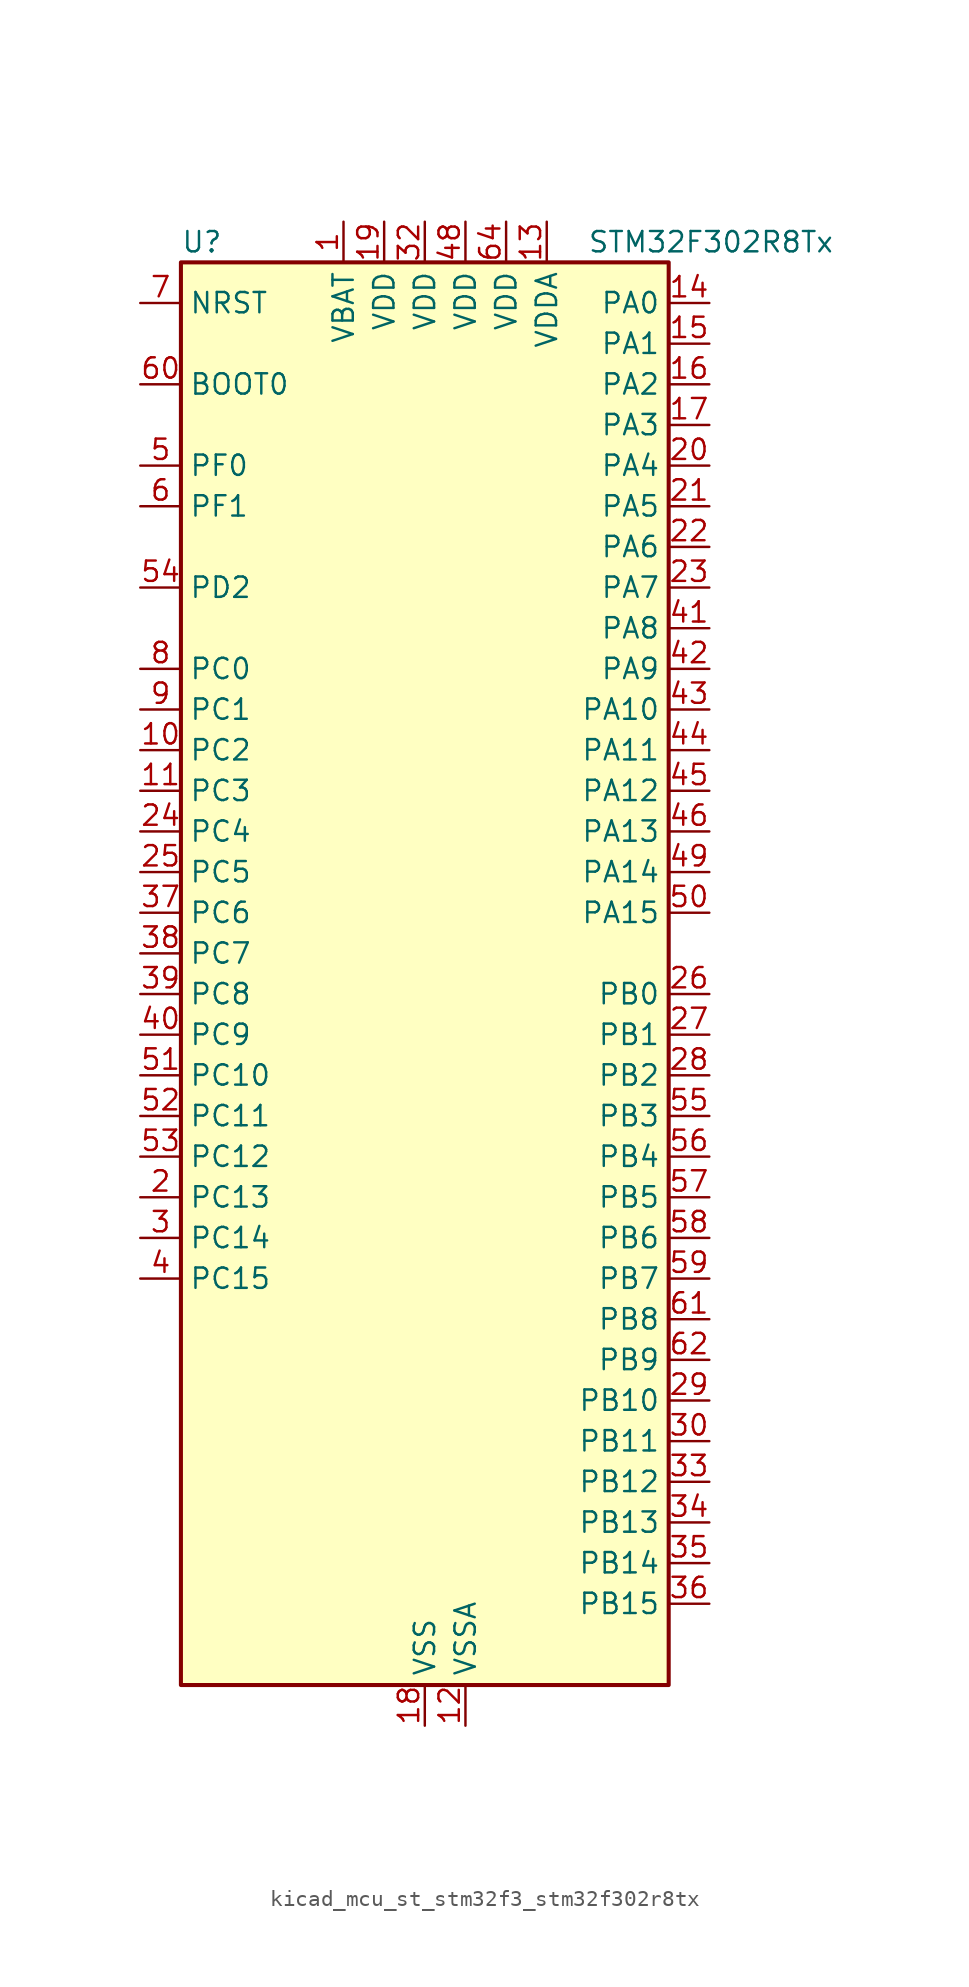
<source format=kicad_sym>
(kicad_symbol_lib
  (version 20220914)
  (generator kicad_symbol_editor)
  (symbol "kicad_mcu_st_stm32f3_stm32f302r8tx"
    (property "Reference" "U"
      (at -15.24 46.99 0)
      (effects (font (size 1.27 1.27)) (justify left)))
    (property "Value" "STM32F302R8Tx"
      (at 10.16 46.99 0)
      (effects (font (size 1.27 1.27)) (justify left)))
    (property "ki_locked" ""
      (at 0 0 0)
      (effects (font (size 1.27 1.27))))
    (symbol "kicad_mcu_st_stm32f3_stm32f302r8tx_0_1"
      (rectangle (start -15.24 -43.18) (end 15.24 45.72) (stroke (width 0.254) (type default)) (fill (type background))))
    (symbol "kicad_mcu_st_stm32f3_stm32f302r8tx_1_1"
      (pin power_in line (at -5.08 48.26 270) (length 2.54) (name "VBAT" (effects (font (size 1.27 1.27)))) (number "1" (effects (font (size 1.27 1.27)))))
      (pin bidirectional line (at -17.78 15.24 0) (length 2.54) (name "PC2" (effects (font (size 1.27 1.27)))) (number "10" (effects (font (size 1.27 1.27)))) (alternate "ADC1_IN8" bidirectional line) (alternate "TIM1_CH3" bidirectional line))
      (pin bidirectional line (at -17.78 12.7 0) (length 2.54) (name "PC3" (effects (font (size 1.27 1.27)))) (number "11" (effects (font (size 1.27 1.27)))) (alternate "ADC1_IN9" bidirectional line) (alternate "TIM1_BKIN2" bidirectional line) (alternate "TIM1_CH4" bidirectional line))
      (pin power_in line (at 2.54 -45.72 90) (length 2.54) (name "VSSA" (effects (font (size 1.27 1.27)))) (number "12" (effects (font (size 1.27 1.27)))))
      (pin power_in line (at 7.62 48.26 270) (length 2.54) (name "VDDA" (effects (font (size 1.27 1.27)))) (number "13" (effects (font (size 1.27 1.27)))))
      (pin bidirectional line (at 17.78 43.18 180) (length 2.54) (name "PA0" (effects (font (size 1.27 1.27)))) (number "14" (effects (font (size 1.27 1.27)))) (alternate "ADC1_IN1" bidirectional line) (alternate "RTC_TAMP2" bidirectional line) (alternate "SYS_WKUP1" bidirectional line) (alternate "TIM2_CH1" bidirectional line) (alternate "TIM2_ETR" bidirectional line) (alternate "TSC_G1_IO1" bidirectional line) (alternate "USART2_CTS" bidirectional line))
      (pin bidirectional line (at 17.78 40.64 180) (length 2.54) (name "PA1" (effects (font (size 1.27 1.27)))) (number "15" (effects (font (size 1.27 1.27)))) (alternate "ADC1_IN2" bidirectional line) (alternate "RTC_REFIN" bidirectional line) (alternate "TIM15_CH1N" bidirectional line) (alternate "TIM2_CH2" bidirectional line) (alternate "TSC_G1_IO2" bidirectional line) (alternate "USART2_DE" bidirectional line) (alternate "USART2_RTS" bidirectional line))
      (pin bidirectional line (at 17.78 38.1 180) (length 2.54) (name "PA2" (effects (font (size 1.27 1.27)))) (number "16" (effects (font (size 1.27 1.27)))) (alternate "ADC1_IN3" bidirectional line) (alternate "COMP2_INM" bidirectional line) (alternate "COMP2_OUT" bidirectional line) (alternate "TIM15_CH1" bidirectional line) (alternate "TIM2_CH3" bidirectional line) (alternate "TSC_G1_IO3" bidirectional line) (alternate "USART2_TX" bidirectional line))
      (pin bidirectional line (at 17.78 35.56 180) (length 2.54) (name "PA3" (effects (font (size 1.27 1.27)))) (number "17" (effects (font (size 1.27 1.27)))) (alternate "ADC1_IN4" bidirectional line) (alternate "TIM15_CH2" bidirectional line) (alternate "TIM2_CH4" bidirectional line) (alternate "TSC_G1_IO4" bidirectional line) (alternate "USART2_RX" bidirectional line))
      (pin power_in line (at 0 -45.72 90) (length 2.54) (name "VSS" (effects (font (size 1.27 1.27)))) (number "18" (effects (font (size 1.27 1.27)))))
      (pin power_in line (at -2.54 48.26 270) (length 2.54) (name "VDD" (effects (font (size 1.27 1.27)))) (number "19" (effects (font (size 1.27 1.27)))))
      (pin bidirectional line (at -17.78 -12.7 0) (length 2.54) (name "PC13" (effects (font (size 1.27 1.27)))) (number "2" (effects (font (size 1.27 1.27)))) (alternate "RTC_OUT_ALARM" bidirectional line) (alternate "RTC_OUT_CALIB" bidirectional line) (alternate "RTC_TAMP1" bidirectional line) (alternate "RTC_TS" bidirectional line) (alternate "SYS_WKUP2" bidirectional line) (alternate "TIM1_CH1N" bidirectional line))
      (pin bidirectional line (at 17.78 33.02 180) (length 2.54) (name "PA4" (effects (font (size 1.27 1.27)))) (number "20" (effects (font (size 1.27 1.27)))) (alternate "ADC1_IN5" bidirectional line) (alternate "COMP2_INM" bidirectional line) (alternate "COMP4_INM" bidirectional line) (alternate "COMP6_INM" bidirectional line) (alternate "DAC_OUT1" bidirectional line) (alternate "I2S3_WS" bidirectional line) (alternate "SPI3_NSS" bidirectional line) (alternate "TSC_G2_IO1" bidirectional line) (alternate "USART2_CK" bidirectional line))
      (pin bidirectional line (at 17.78 30.48 180) (length 2.54) (name "PA5" (effects (font (size 1.27 1.27)))) (number "21" (effects (font (size 1.27 1.27)))) (alternate "OPAMP2_VINM" bidirectional line) (alternate "OPAMP2_VINM_SEC" bidirectional line) (alternate "TIM2_CH1" bidirectional line) (alternate "TIM2_ETR" bidirectional line) (alternate "TSC_G2_IO2" bidirectional line))
      (pin bidirectional line (at 17.78 27.94 180) (length 2.54) (name "PA6" (effects (font (size 1.27 1.27)))) (number "22" (effects (font (size 1.27 1.27)))) (alternate "ADC1_IN10" bidirectional line) (alternate "OPAMP2_VOUT" bidirectional line) (alternate "TIM16_CH1" bidirectional line) (alternate "TIM1_BKIN" bidirectional line) (alternate "TSC_G2_IO3" bidirectional line))
      (pin bidirectional line (at 17.78 25.4 180) (length 2.54) (name "PA7" (effects (font (size 1.27 1.27)))) (number "23" (effects (font (size 1.27 1.27)))) (alternate "ADC1_IN15" bidirectional line) (alternate "COMP2_INP" bidirectional line) (alternate "OPAMP2_VINP" bidirectional line) (alternate "OPAMP2_VINP_SEC" bidirectional line) (alternate "TIM17_CH1" bidirectional line) (alternate "TIM1_CH1N" bidirectional line) (alternate "TSC_G2_IO4" bidirectional line))
      (pin bidirectional line (at -17.78 10.16 0) (length 2.54) (name "PC4" (effects (font (size 1.27 1.27)))) (number "24" (effects (font (size 1.27 1.27)))) (alternate "TIM1_ETR" bidirectional line) (alternate "USART1_TX" bidirectional line))
      (pin bidirectional line (at -17.78 7.62 0) (length 2.54) (name "PC5" (effects (font (size 1.27 1.27)))) (number "25" (effects (font (size 1.27 1.27)))) (alternate "OPAMP2_VINM" bidirectional line) (alternate "OPAMP2_VINM_SEC" bidirectional line) (alternate "TIM15_BKIN" bidirectional line) (alternate "TSC_G3_IO1" bidirectional line) (alternate "USART1_RX" bidirectional line))
      (pin bidirectional line (at 17.78 0 180) (length 2.54) (name "PB0" (effects (font (size 1.27 1.27)))) (number "26" (effects (font (size 1.27 1.27)))) (alternate "ADC1_IN11" bidirectional line) (alternate "COMP4_INP" bidirectional line) (alternate "OPAMP2_VINP" bidirectional line) (alternate "OPAMP2_VINP_SEC" bidirectional line) (alternate "TIM1_CH2N" bidirectional line) (alternate "TSC_G3_IO2" bidirectional line))
      (pin bidirectional line (at 17.78 -2.54 180) (length 2.54) (name "PB1" (effects (font (size 1.27 1.27)))) (number "27" (effects (font (size 1.27 1.27)))) (alternate "ADC1_IN12" bidirectional line) (alternate "COMP4_OUT" bidirectional line) (alternate "TIM1_CH3N" bidirectional line) (alternate "TSC_G3_IO3" bidirectional line))
      (pin bidirectional line (at 17.78 -5.08 180) (length 2.54) (name "PB2" (effects (font (size 1.27 1.27)))) (number "28" (effects (font (size 1.27 1.27)))) (alternate "COMP4_INM" bidirectional line) (alternate "TSC_G3_IO4" bidirectional line))
      (pin bidirectional line (at 17.78 -25.4 180) (length 2.54) (name "PB10" (effects (font (size 1.27 1.27)))) (number "29" (effects (font (size 1.27 1.27)))) (alternate "TIM2_CH3" bidirectional line) (alternate "TSC_SYNC" bidirectional line) (alternate "USART3_TX" bidirectional line))
      (pin bidirectional line (at -17.78 -15.24 0) (length 2.54) (name "PC14" (effects (font (size 1.27 1.27)))) (number "3" (effects (font (size 1.27 1.27)))) (alternate "RCC_OSC32_IN" bidirectional line))
      (pin bidirectional line (at 17.78 -27.94 180) (length 2.54) (name "PB11" (effects (font (size 1.27 1.27)))) (number "30" (effects (font (size 1.27 1.27)))) (alternate "ADC1_EXTI11" bidirectional line) (alternate "ADC1_IN14" bidirectional line) (alternate "COMP6_INP" bidirectional line) (alternate "TIM2_CH4" bidirectional line) (alternate "TSC_G6_IO1" bidirectional line) (alternate "USART3_RX" bidirectional line))
      (pin passive line (at 0 -45.72 90) (length 2.54) hide (name "VSS" (effects (font (size 1.27 1.27)))) (number "31" (effects (font (size 1.27 1.27)))))
      (pin power_in line (at 0 48.26 270) (length 2.54) (name "VDD" (effects (font (size 1.27 1.27)))) (number "32" (effects (font (size 1.27 1.27)))))
      (pin bidirectional line (at 17.78 -30.48 180) (length 2.54) (name "PB12" (effects (font (size 1.27 1.27)))) (number "33" (effects (font (size 1.27 1.27)))) (alternate "I2C2_SMBA" bidirectional line) (alternate "I2S2_WS" bidirectional line) (alternate "SPI2_NSS" bidirectional line) (alternate "TIM1_BKIN" bidirectional line) (alternate "TSC_G6_IO2" bidirectional line) (alternate "USART3_CK" bidirectional line))
      (pin bidirectional line (at 17.78 -33.02 180) (length 2.54) (name "PB13" (effects (font (size 1.27 1.27)))) (number "34" (effects (font (size 1.27 1.27)))) (alternate "ADC1_IN13" bidirectional line) (alternate "I2S2_CK" bidirectional line) (alternate "SPI2_SCK" bidirectional line) (alternate "TIM1_CH1N" bidirectional line) (alternate "TSC_G6_IO3" bidirectional line) (alternate "USART3_CTS" bidirectional line))
      (pin bidirectional line (at 17.78 -35.56 180) (length 2.54) (name "PB14" (effects (font (size 1.27 1.27)))) (number "35" (effects (font (size 1.27 1.27)))) (alternate "I2S2_ext_SD" bidirectional line) (alternate "OPAMP2_VINP" bidirectional line) (alternate "OPAMP2_VINP_SEC" bidirectional line) (alternate "SPI2_MISO" bidirectional line) (alternate "TIM15_CH1" bidirectional line) (alternate "TIM1_CH2N" bidirectional line) (alternate "TSC_G6_IO4" bidirectional line) (alternate "USART3_DE" bidirectional line) (alternate "USART3_RTS" bidirectional line))
      (pin bidirectional line (at 17.78 -38.1 180) (length 2.54) (name "PB15" (effects (font (size 1.27 1.27)))) (number "36" (effects (font (size 1.27 1.27)))) (alternate "ADC1_EXTI15" bidirectional line) (alternate "COMP6_INM" bidirectional line) (alternate "I2S2_SD" bidirectional line) (alternate "RTC_REFIN" bidirectional line) (alternate "SPI2_MOSI" bidirectional line) (alternate "TIM15_CH1N" bidirectional line) (alternate "TIM15_CH2" bidirectional line) (alternate "TIM1_CH3N" bidirectional line))
      (pin bidirectional line (at -17.78 5.08 0) (length 2.54) (name "PC6" (effects (font (size 1.27 1.27)))) (number "37" (effects (font (size 1.27 1.27)))) (alternate "COMP6_OUT" bidirectional line) (alternate "I2S2_MCK" bidirectional line))
      (pin bidirectional line (at -17.78 2.54 0) (length 2.54) (name "PC7" (effects (font (size 1.27 1.27)))) (number "38" (effects (font (size 1.27 1.27)))) (alternate "I2S3_MCK" bidirectional line))
      (pin bidirectional line (at -17.78 0 0) (length 2.54) (name "PC8" (effects (font (size 1.27 1.27)))) (number "39" (effects (font (size 1.27 1.27)))))
      (pin bidirectional line (at -17.78 -17.78 0) (length 2.54) (name "PC15" (effects (font (size 1.27 1.27)))) (number "4" (effects (font (size 1.27 1.27)))) (alternate "ADC1_EXTI15" bidirectional line) (alternate "RCC_OSC32_OUT" bidirectional line))
      (pin bidirectional line (at -17.78 -2.54 0) (length 2.54) (name "PC9" (effects (font (size 1.27 1.27)))) (number "40" (effects (font (size 1.27 1.27)))) (alternate "DAC_EXTI9" bidirectional line) (alternate "I2C3_SDA" bidirectional line) (alternate "I2S_CKIN" bidirectional line))
      (pin bidirectional line (at 17.78 22.86 180) (length 2.54) (name "PA8" (effects (font (size 1.27 1.27)))) (number "41" (effects (font (size 1.27 1.27)))) (alternate "I2C2_SMBA" bidirectional line) (alternate "I2C3_SCL" bidirectional line) (alternate "I2S2_MCK" bidirectional line) (alternate "RCC_MCO" bidirectional line) (alternate "TIM1_CH1" bidirectional line) (alternate "USART1_CK" bidirectional line))
      (pin bidirectional line (at 17.78 20.32 180) (length 2.54) (name "PA9" (effects (font (size 1.27 1.27)))) (number "42" (effects (font (size 1.27 1.27)))) (alternate "DAC_EXTI9" bidirectional line) (alternate "I2C2_SCL" bidirectional line) (alternate "I2C3_SMBA" bidirectional line) (alternate "I2S3_MCK" bidirectional line) (alternate "TIM15_BKIN" bidirectional line) (alternate "TIM1_CH2" bidirectional line) (alternate "TIM2_CH3" bidirectional line) (alternate "TSC_G4_IO1" bidirectional line) (alternate "USART1_TX" bidirectional line))
      (pin bidirectional line (at 17.78 17.78 180) (length 2.54) (name "PA10" (effects (font (size 1.27 1.27)))) (number "43" (effects (font (size 1.27 1.27)))) (alternate "COMP6_OUT" bidirectional line) (alternate "I2C2_SDA" bidirectional line) (alternate "I2S2_ext_SD" bidirectional line) (alternate "SPI2_MISO" bidirectional line) (alternate "TIM17_BKIN" bidirectional line) (alternate "TIM1_CH3" bidirectional line) (alternate "TIM2_CH4" bidirectional line) (alternate "TSC_G4_IO2" bidirectional line) (alternate "USART1_RX" bidirectional line))
      (pin bidirectional line (at 17.78 15.24 180) (length 2.54) (name "PA11" (effects (font (size 1.27 1.27)))) (number "44" (effects (font (size 1.27 1.27)))) (alternate "ADC1_EXTI11" bidirectional line) (alternate "CAN_RX" bidirectional line) (alternate "I2S2_SD" bidirectional line) (alternate "SPI2_MOSI" bidirectional line) (alternate "TIM1_BKIN2" bidirectional line) (alternate "TIM1_CH1N" bidirectional line) (alternate "TIM1_CH4" bidirectional line) (alternate "USART1_CTS" bidirectional line) (alternate "USB_DM" bidirectional line))
      (pin bidirectional line (at 17.78 12.7 180) (length 2.54) (name "PA12" (effects (font (size 1.27 1.27)))) (number "45" (effects (font (size 1.27 1.27)))) (alternate "CAN_TX" bidirectional line) (alternate "COMP2_OUT" bidirectional line) (alternate "I2S_CKIN" bidirectional line) (alternate "TIM16_CH1" bidirectional line) (alternate "TIM1_CH2N" bidirectional line) (alternate "TIM1_ETR" bidirectional line) (alternate "USART1_DE" bidirectional line) (alternate "USART1_RTS" bidirectional line) (alternate "USB_DP" bidirectional line))
      (pin bidirectional line (at 17.78 10.16 180) (length 2.54) (name "PA13" (effects (font (size 1.27 1.27)))) (number "46" (effects (font (size 1.27 1.27)))) (alternate "IR_OUT" bidirectional line) (alternate "SYS_JTMS-SWDIO" bidirectional line) (alternate "TIM16_CH1N" bidirectional line) (alternate "TSC_G4_IO3" bidirectional line) (alternate "USART3_CTS" bidirectional line))
      (pin passive line (at 0 -45.72 90) (length 2.54) hide (name "VSS" (effects (font (size 1.27 1.27)))) (number "47" (effects (font (size 1.27 1.27)))))
      (pin power_in line (at 2.54 48.26 270) (length 2.54) (name "VDD" (effects (font (size 1.27 1.27)))) (number "48" (effects (font (size 1.27 1.27)))))
      (pin bidirectional line (at 17.78 7.62 180) (length 2.54) (name "PA14" (effects (font (size 1.27 1.27)))) (number "49" (effects (font (size 1.27 1.27)))) (alternate "I2C1_SDA" bidirectional line) (alternate "SYS_JTCK-SWCLK" bidirectional line) (alternate "TIM1_BKIN" bidirectional line) (alternate "TSC_G4_IO4" bidirectional line) (alternate "USART2_TX" bidirectional line))
      (pin bidirectional line (at -17.78 33.02 0) (length 2.54) (name "PF0" (effects (font (size 1.27 1.27)))) (number "5" (effects (font (size 1.27 1.27)))) (alternate "I2C2_SDA" bidirectional line) (alternate "I2S2_WS" bidirectional line) (alternate "RCC_OSC_IN" bidirectional line) (alternate "SPI2_NSS" bidirectional line) (alternate "TIM1_CH3N" bidirectional line))
      (pin bidirectional line (at 17.78 5.08 180) (length 2.54) (name "PA15" (effects (font (size 1.27 1.27)))) (number "50" (effects (font (size 1.27 1.27)))) (alternate "ADC1_EXTI15" bidirectional line) (alternate "I2C1_SCL" bidirectional line) (alternate "I2S3_WS" bidirectional line) (alternate "SPI3_NSS" bidirectional line) (alternate "SYS_JTDI" bidirectional line) (alternate "TIM1_BKIN" bidirectional line) (alternate "TIM2_CH1" bidirectional line) (alternate "TIM2_ETR" bidirectional line) (alternate "TSC_SYNC" bidirectional line) (alternate "USART2_RX" bidirectional line))
      (pin bidirectional line (at -17.78 -5.08 0) (length 2.54) (name "PC10" (effects (font (size 1.27 1.27)))) (number "51" (effects (font (size 1.27 1.27)))) (alternate "I2S3_CK" bidirectional line) (alternate "SPI3_SCK" bidirectional line) (alternate "USART3_TX" bidirectional line))
      (pin bidirectional line (at -17.78 -7.62 0) (length 2.54) (name "PC11" (effects (font (size 1.27 1.27)))) (number "52" (effects (font (size 1.27 1.27)))) (alternate "ADC1_EXTI11" bidirectional line) (alternate "I2S3_ext_SD" bidirectional line) (alternate "SPI3_MISO" bidirectional line) (alternate "USART3_RX" bidirectional line))
      (pin bidirectional line (at -17.78 -10.16 0) (length 2.54) (name "PC12" (effects (font (size 1.27 1.27)))) (number "53" (effects (font (size 1.27 1.27)))) (alternate "I2S3_SD" bidirectional line) (alternate "SPI3_MOSI" bidirectional line) (alternate "USART3_CK" bidirectional line))
      (pin bidirectional line (at -17.78 25.4 0) (length 2.54) (name "PD2" (effects (font (size 1.27 1.27)))) (number "54" (effects (font (size 1.27 1.27)))))
      (pin bidirectional line (at 17.78 -7.62 180) (length 2.54) (name "PB3" (effects (font (size 1.27 1.27)))) (number "55" (effects (font (size 1.27 1.27)))) (alternate "I2S3_CK" bidirectional line) (alternate "SPI3_SCK" bidirectional line) (alternate "SYS_JTDO-TRACESWO" bidirectional line) (alternate "TIM2_CH2" bidirectional line) (alternate "TSC_G5_IO1" bidirectional line) (alternate "USART2_TX" bidirectional line))
      (pin bidirectional line (at 17.78 -10.16 180) (length 2.54) (name "PB4" (effects (font (size 1.27 1.27)))) (number "56" (effects (font (size 1.27 1.27)))) (alternate "I2S3_ext_SD" bidirectional line) (alternate "SPI3_MISO" bidirectional line) (alternate "SYS_NJTRST" bidirectional line) (alternate "TIM16_CH1" bidirectional line) (alternate "TIM17_BKIN" bidirectional line) (alternate "TSC_G5_IO2" bidirectional line) (alternate "USART2_RX" bidirectional line))
      (pin bidirectional line (at 17.78 -12.7 180) (length 2.54) (name "PB5" (effects (font (size 1.27 1.27)))) (number "57" (effects (font (size 1.27 1.27)))) (alternate "I2C1_SMBA" bidirectional line) (alternate "I2C3_SDA" bidirectional line) (alternate "I2S3_SD" bidirectional line) (alternate "SPI3_MOSI" bidirectional line) (alternate "TIM16_BKIN" bidirectional line) (alternate "TIM17_CH1" bidirectional line) (alternate "USART2_CK" bidirectional line))
      (pin bidirectional line (at 17.78 -15.24 180) (length 2.54) (name "PB6" (effects (font (size 1.27 1.27)))) (number "58" (effects (font (size 1.27 1.27)))) (alternate "I2C1_SCL" bidirectional line) (alternate "TIM16_CH1N" bidirectional line) (alternate "TSC_G5_IO3" bidirectional line) (alternate "USART1_TX" bidirectional line))
      (pin bidirectional line (at 17.78 -17.78 180) (length 2.54) (name "PB7" (effects (font (size 1.27 1.27)))) (number "59" (effects (font (size 1.27 1.27)))) (alternate "I2C1_SDA" bidirectional line) (alternate "TIM17_CH1N" bidirectional line) (alternate "TSC_G5_IO4" bidirectional line) (alternate "USART1_RX" bidirectional line))
      (pin bidirectional line (at -17.78 30.48 0) (length 2.54) (name "PF1" (effects (font (size 1.27 1.27)))) (number "6" (effects (font (size 1.27 1.27)))) (alternate "I2C2_SCL" bidirectional line) (alternate "I2S2_CK" bidirectional line) (alternate "RCC_OSC_OUT" bidirectional line) (alternate "SPI2_SCK" bidirectional line))
      (pin input line (at -17.78 38.1 0) (length 2.54) (name "BOOT0" (effects (font (size 1.27 1.27)))) (number "60" (effects (font (size 1.27 1.27)))))
      (pin bidirectional line (at 17.78 -20.32 180) (length 2.54) (name "PB8" (effects (font (size 1.27 1.27)))) (number "61" (effects (font (size 1.27 1.27)))) (alternate "CAN_RX" bidirectional line) (alternate "I2C1_SCL" bidirectional line) (alternate "TIM16_CH1" bidirectional line) (alternate "TIM1_BKIN" bidirectional line) (alternate "TSC_SYNC" bidirectional line) (alternate "USART3_RX" bidirectional line))
      (pin bidirectional line (at 17.78 -22.86 180) (length 2.54) (name "PB9" (effects (font (size 1.27 1.27)))) (number "62" (effects (font (size 1.27 1.27)))) (alternate "CAN_TX" bidirectional line) (alternate "COMP2_OUT" bidirectional line) (alternate "DAC_EXTI9" bidirectional line) (alternate "I2C1_SDA" bidirectional line) (alternate "IR_OUT" bidirectional line) (alternate "TIM17_CH1" bidirectional line) (alternate "USART3_TX" bidirectional line))
      (pin passive line (at 0 -45.72 90) (length 2.54) hide (name "VSS" (effects (font (size 1.27 1.27)))) (number "63" (effects (font (size 1.27 1.27)))))
      (pin power_in line (at 5.08 48.26 270) (length 2.54) (name "VDD" (effects (font (size 1.27 1.27)))) (number "64" (effects (font (size 1.27 1.27)))))
      (pin input line (at -17.78 43.18 0) (length 2.54) (name "NRST" (effects (font (size 1.27 1.27)))) (number "7" (effects (font (size 1.27 1.27)))))
      (pin bidirectional line (at -17.78 20.32 0) (length 2.54) (name "PC0" (effects (font (size 1.27 1.27)))) (number "8" (effects (font (size 1.27 1.27)))) (alternate "ADC1_IN6" bidirectional line) (alternate "TIM1_CH1" bidirectional line))
      (pin bidirectional line (at -17.78 17.78 0) (length 2.54) (name "PC1" (effects (font (size 1.27 1.27)))) (number "9" (effects (font (size 1.27 1.27)))) (alternate "ADC1_IN7" bidirectional line) (alternate "TIM1_CH2" bidirectional line)))))
</source>
